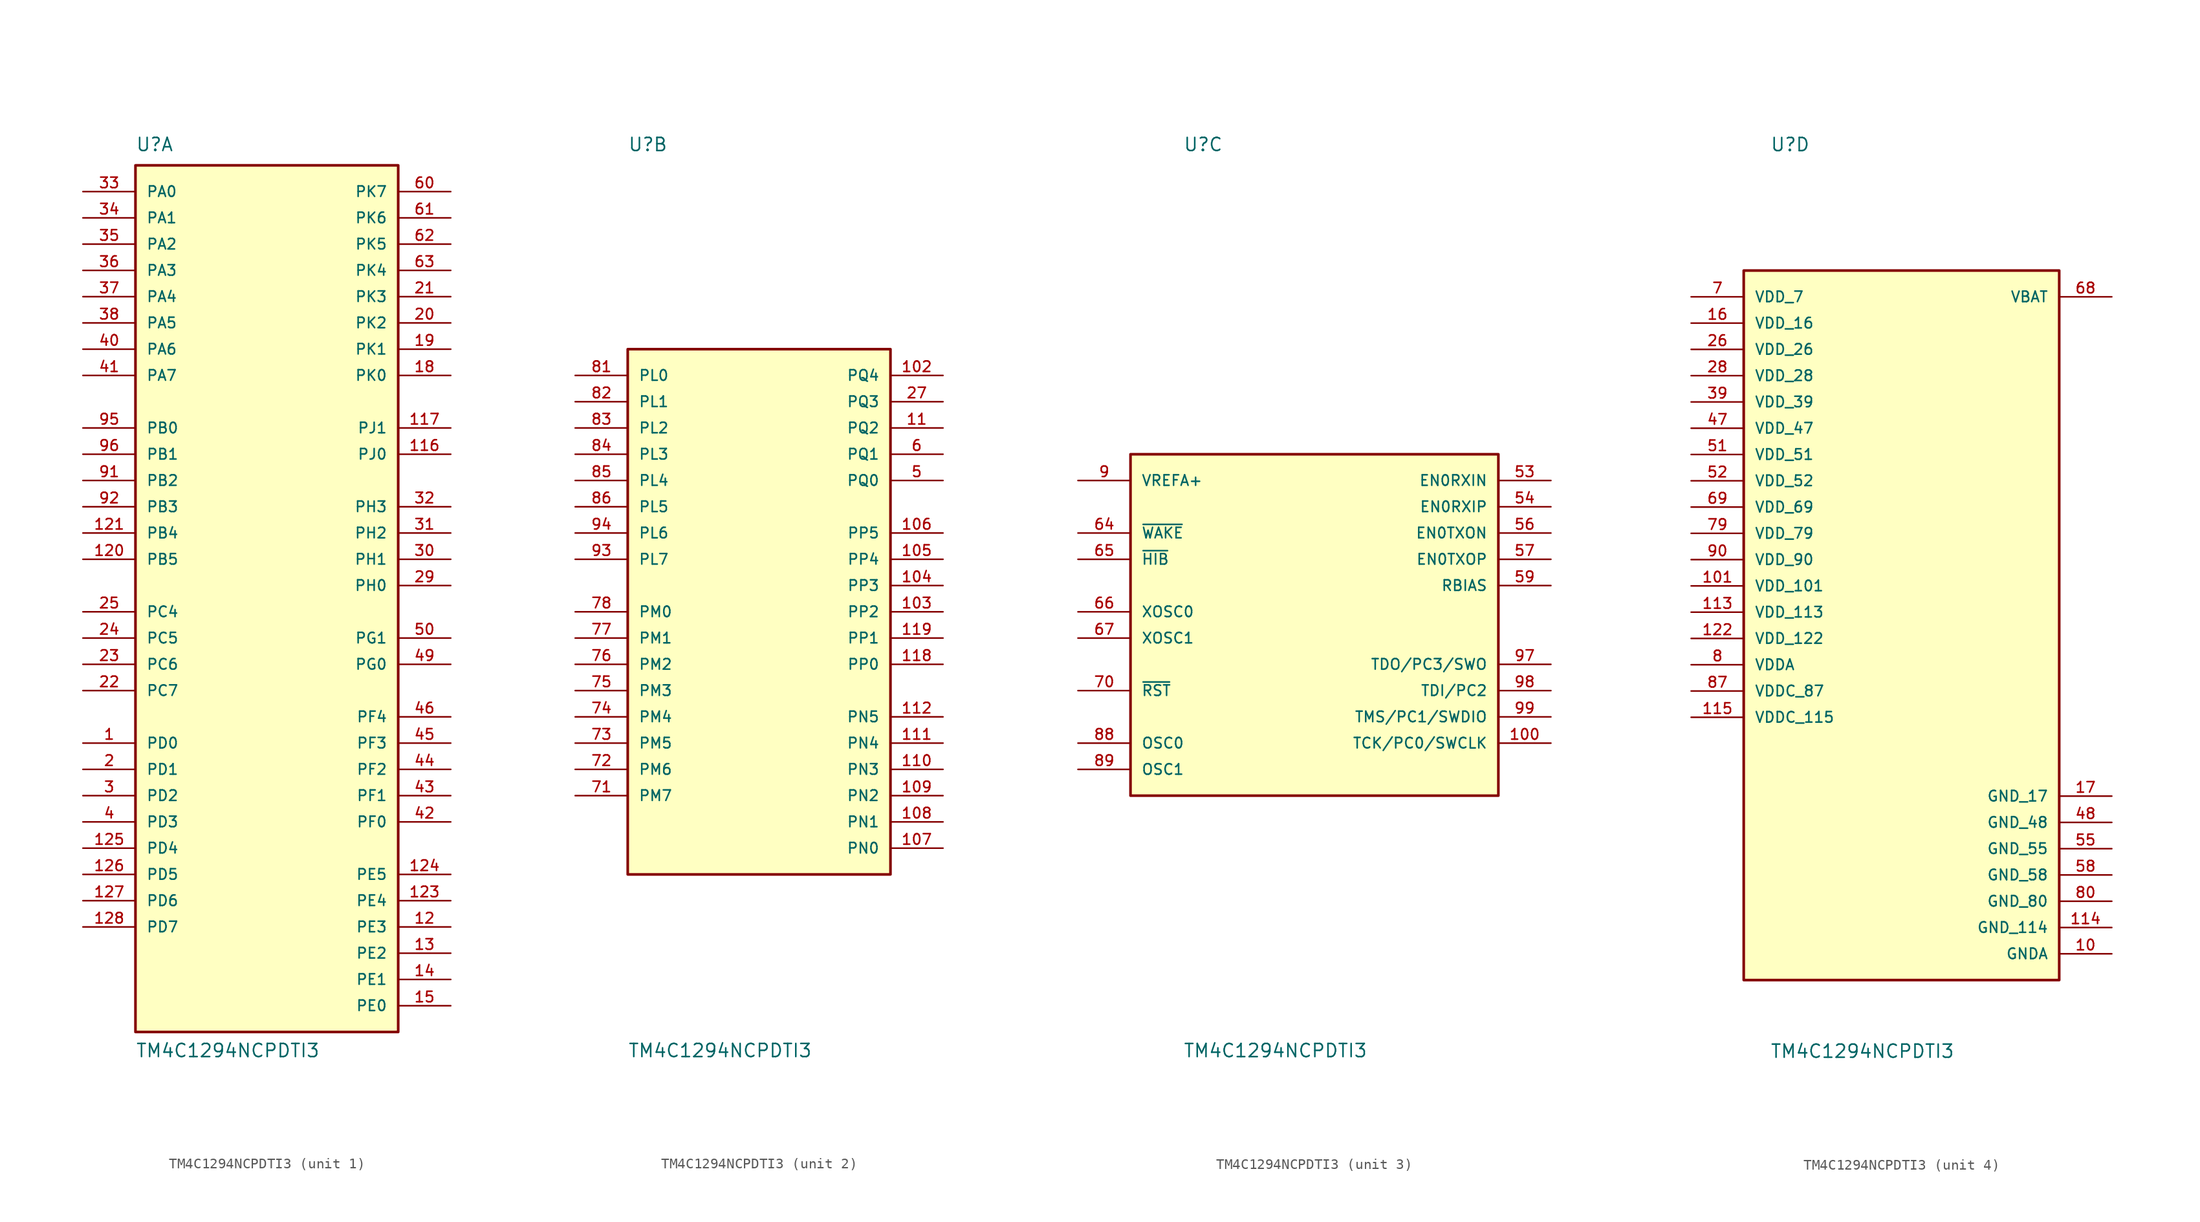
<source format=kicad_sym>
(kicad_symbol_lib
  (version 20211014)
  (generator kicad_symbol_editor)
  (symbol "TM4C1294NCPDTI3"
    (pin_names
      (offset 1.016))
    (property "Reference" "U"
      (at -12.7 44.45 0)
      (effects (font (size 1.27 1.27)) (justify bottom left)))
    (property "Value" "TM4C1294NCPDTI3"
      (at -12.7 -43.18 0)
      (effects (font (size 1.27 1.27)) (justify bottom left)))
    (symbol "TM4C1294NCPDTI3_1_0"
      (rectangle (start -12.7 -40.64) (end 12.7 43.18) (stroke (width 0.254)) (fill (type background)))
      (pin bidirectional line (at -17.78 -12.7 0) (length 5.08) (name "PD0" (effects (font (size 1.016 1.016)))) (number "1" (effects (font (size 1.016 1.016)))))
      (pin bidirectional line (at -17.78 -15.24 0) (length 5.08) (name "PD1" (effects (font (size 1.016 1.016)))) (number "2" (effects (font (size 1.016 1.016)))))
      (pin bidirectional line (at -17.78 -17.78 0) (length 5.08) (name "PD2" (effects (font (size 1.016 1.016)))) (number "3" (effects (font (size 1.016 1.016)))))
      (pin bidirectional line (at -17.78 -20.32 0) (length 5.08) (name "PD3" (effects (font (size 1.016 1.016)))) (number "4" (effects (font (size 1.016 1.016)))))
      (pin bidirectional line (at 17.78 -30.48 180.0) (length 5.08) (name "PE3" (effects (font (size 1.016 1.016)))) (number "12" (effects (font (size 1.016 1.016)))))
      (pin bidirectional line (at 17.78 -33.02 180.0) (length 5.08) (name "PE2" (effects (font (size 1.016 1.016)))) (number "13" (effects (font (size 1.016 1.016)))))
      (pin bidirectional line (at 17.78 -35.56 180.0) (length 5.08) (name "PE1" (effects (font (size 1.016 1.016)))) (number "14" (effects (font (size 1.016 1.016)))))
      (pin bidirectional line (at 17.78 -38.1 180.0) (length 5.08) (name "PE0" (effects (font (size 1.016 1.016)))) (number "15" (effects (font (size 1.016 1.016)))))
      (pin bidirectional line (at 17.78 22.86 180.0) (length 5.08) (name "PK0" (effects (font (size 1.016 1.016)))) (number "18" (effects (font (size 1.016 1.016)))))
      (pin bidirectional line (at 17.78 25.4 180.0) (length 5.08) (name "PK1" (effects (font (size 1.016 1.016)))) (number "19" (effects (font (size 1.016 1.016)))))
      (pin bidirectional line (at 17.78 27.94 180.0) (length 5.08) (name "PK2" (effects (font (size 1.016 1.016)))) (number "20" (effects (font (size 1.016 1.016)))))
      (pin bidirectional line (at 17.78 30.48 180.0) (length 5.08) (name "PK3" (effects (font (size 1.016 1.016)))) (number "21" (effects (font (size 1.016 1.016)))))
      (pin bidirectional line (at -17.78 -7.62 0) (length 5.08) (name "PC7" (effects (font (size 1.016 1.016)))) (number "22" (effects (font (size 1.016 1.016)))))
      (pin bidirectional line (at -17.78 -5.08 0) (length 5.08) (name "PC6" (effects (font (size 1.016 1.016)))) (number "23" (effects (font (size 1.016 1.016)))))
      (pin bidirectional line (at -17.78 -2.54 0) (length 5.08) (name "PC5" (effects (font (size 1.016 1.016)))) (number "24" (effects (font (size 1.016 1.016)))))
      (pin bidirectional line (at -17.78 0.0 0) (length 5.08) (name "PC4" (effects (font (size 1.016 1.016)))) (number "25" (effects (font (size 1.016 1.016)))))
      (pin bidirectional line (at 17.78 2.54 180.0) (length 5.08) (name "PH0" (effects (font (size 1.016 1.016)))) (number "29" (effects (font (size 1.016 1.016)))))
      (pin bidirectional line (at 17.78 5.08 180.0) (length 5.08) (name "PH1" (effects (font (size 1.016 1.016)))) (number "30" (effects (font (size 1.016 1.016)))))
      (pin bidirectional line (at 17.78 7.62 180.0) (length 5.08) (name "PH2" (effects (font (size 1.016 1.016)))) (number "31" (effects (font (size 1.016 1.016)))))
      (pin bidirectional line (at 17.78 10.16 180.0) (length 5.08) (name "PH3" (effects (font (size 1.016 1.016)))) (number "32" (effects (font (size 1.016 1.016)))))
      (pin bidirectional line (at -17.78 40.64 0) (length 5.08) (name "PA0" (effects (font (size 1.016 1.016)))) (number "33" (effects (font (size 1.016 1.016)))))
      (pin bidirectional line (at -17.78 38.1 0) (length 5.08) (name "PA1" (effects (font (size 1.016 1.016)))) (number "34" (effects (font (size 1.016 1.016)))))
      (pin bidirectional line (at -17.78 35.56 0) (length 5.08) (name "PA2" (effects (font (size 1.016 1.016)))) (number "35" (effects (font (size 1.016 1.016)))))
      (pin bidirectional line (at -17.78 33.02 0) (length 5.08) (name "PA3" (effects (font (size 1.016 1.016)))) (number "36" (effects (font (size 1.016 1.016)))))
      (pin bidirectional line (at -17.78 30.48 0) (length 5.08) (name "PA4" (effects (font (size 1.016 1.016)))) (number "37" (effects (font (size 1.016 1.016)))))
      (pin bidirectional line (at -17.78 27.94 0) (length 5.08) (name "PA5" (effects (font (size 1.016 1.016)))) (number "38" (effects (font (size 1.016 1.016)))))
      (pin bidirectional line (at -17.78 25.4 0) (length 5.08) (name "PA6" (effects (font (size 1.016 1.016)))) (number "40" (effects (font (size 1.016 1.016)))))
      (pin bidirectional line (at -17.78 22.86 0) (length 5.08) (name "PA7" (effects (font (size 1.016 1.016)))) (number "41" (effects (font (size 1.016 1.016)))))
      (pin bidirectional line (at 17.78 -20.32 180.0) (length 5.08) (name "PF0" (effects (font (size 1.016 1.016)))) (number "42" (effects (font (size 1.016 1.016)))))
      (pin bidirectional line (at 17.78 -17.78 180.0) (length 5.08) (name "PF1" (effects (font (size 1.016 1.016)))) (number "43" (effects (font (size 1.016 1.016)))))
      (pin bidirectional line (at 17.78 -15.24 180.0) (length 5.08) (name "PF2" (effects (font (size 1.016 1.016)))) (number "44" (effects (font (size 1.016 1.016)))))
      (pin bidirectional line (at 17.78 -12.7 180.0) (length 5.08) (name "PF3" (effects (font (size 1.016 1.016)))) (number "45" (effects (font (size 1.016 1.016)))))
      (pin bidirectional line (at 17.78 -10.16 180.0) (length 5.08) (name "PF4" (effects (font (size 1.016 1.016)))) (number "46" (effects (font (size 1.016 1.016)))))
      (pin bidirectional line (at 17.78 -5.08 180.0) (length 5.08) (name "PG0" (effects (font (size 1.016 1.016)))) (number "49" (effects (font (size 1.016 1.016)))))
      (pin bidirectional line (at 17.78 -2.54 180.0) (length 5.08) (name "PG1" (effects (font (size 1.016 1.016)))) (number "50" (effects (font (size 1.016 1.016)))))
      (pin bidirectional line (at 17.78 40.64 180.0) (length 5.08) (name "PK7" (effects (font (size 1.016 1.016)))) (number "60" (effects (font (size 1.016 1.016)))))
      (pin bidirectional line (at 17.78 38.1 180.0) (length 5.08) (name "PK6" (effects (font (size 1.016 1.016)))) (number "61" (effects (font (size 1.016 1.016)))))
      (pin bidirectional line (at 17.78 35.56 180.0) (length 5.08) (name "PK5" (effects (font (size 1.016 1.016)))) (number "62" (effects (font (size 1.016 1.016)))))
      (pin bidirectional line (at 17.78 33.02 180.0) (length 5.08) (name "PK4" (effects (font (size 1.016 1.016)))) (number "63" (effects (font (size 1.016 1.016)))))
      (pin bidirectional line (at -17.78 12.7 0) (length 5.08) (name "PB2" (effects (font (size 1.016 1.016)))) (number "91" (effects (font (size 1.016 1.016)))))
      (pin bidirectional line (at -17.78 10.16 0) (length 5.08) (name "PB3" (effects (font (size 1.016 1.016)))) (number "92" (effects (font (size 1.016 1.016)))))
      (pin bidirectional line (at -17.78 17.78 0) (length 5.08) (name "PB0" (effects (font (size 1.016 1.016)))) (number "95" (effects (font (size 1.016 1.016)))))
      (pin bidirectional line (at -17.78 15.24 0) (length 5.08) (name "PB1" (effects (font (size 1.016 1.016)))) (number "96" (effects (font (size 1.016 1.016)))))
      (pin bidirectional line (at 17.78 15.24 180.0) (length 5.08) (name "PJ0" (effects (font (size 1.016 1.016)))) (number "116" (effects (font (size 1.016 1.016)))))
      (pin bidirectional line (at 17.78 17.78 180.0) (length 5.08) (name "PJ1" (effects (font (size 1.016 1.016)))) (number "117" (effects (font (size 1.016 1.016)))))
      (pin bidirectional line (at -17.78 5.08 0) (length 5.08) (name "PB5" (effects (font (size 1.016 1.016)))) (number "120" (effects (font (size 1.016 1.016)))))
      (pin bidirectional line (at -17.78 7.62 0) (length 5.08) (name "PB4" (effects (font (size 1.016 1.016)))) (number "121" (effects (font (size 1.016 1.016)))))
      (pin bidirectional line (at 17.78 -27.94 180.0) (length 5.08) (name "PE4" (effects (font (size 1.016 1.016)))) (number "123" (effects (font (size 1.016 1.016)))))
      (pin bidirectional line (at 17.78 -25.4 180.0) (length 5.08) (name "PE5" (effects (font (size 1.016 1.016)))) (number "124" (effects (font (size 1.016 1.016)))))
      (pin bidirectional line (at -17.78 -22.86 0) (length 5.08) (name "PD4" (effects (font (size 1.016 1.016)))) (number "125" (effects (font (size 1.016 1.016)))))
      (pin bidirectional line (at -17.78 -25.4 0) (length 5.08) (name "PD5" (effects (font (size 1.016 1.016)))) (number "126" (effects (font (size 1.016 1.016)))))
      (pin bidirectional line (at -17.78 -27.94 0) (length 5.08) (name "PD6" (effects (font (size 1.016 1.016)))) (number "127" (effects (font (size 1.016 1.016)))))
      (pin bidirectional line (at -17.78 -30.48 0) (length 5.08) (name "PD7" (effects (font (size 1.016 1.016)))) (number "128" (effects (font (size 1.016 1.016))))))
    (symbol "TM4C1294NCPDTI3_2_0"
      (rectangle (start -12.7 -25.4) (end 12.7 25.4) (stroke (width 0.254)) (fill (type background)))
      (pin bidirectional line (at 17.78 12.7 180.0) (length 5.08) (name "PQ0" (effects (font (size 1.016 1.016)))) (number "5" (effects (font (size 1.016 1.016)))))
      (pin bidirectional line (at 17.78 15.24 180.0) (length 5.08) (name "PQ1" (effects (font (size 1.016 1.016)))) (number "6" (effects (font (size 1.016 1.016)))))
      (pin bidirectional line (at 17.78 17.78 180.0) (length 5.08) (name "PQ2" (effects (font (size 1.016 1.016)))) (number "11" (effects (font (size 1.016 1.016)))))
      (pin bidirectional line (at 17.78 20.32 180.0) (length 5.08) (name "PQ3" (effects (font (size 1.016 1.016)))) (number "27" (effects (font (size 1.016 1.016)))))
      (pin bidirectional line (at -17.78 -17.78 0) (length 5.08) (name "PM7" (effects (font (size 1.016 1.016)))) (number "71" (effects (font (size 1.016 1.016)))))
      (pin bidirectional line (at -17.78 -15.24 0) (length 5.08) (name "PM6" (effects (font (size 1.016 1.016)))) (number "72" (effects (font (size 1.016 1.016)))))
      (pin bidirectional line (at -17.78 -12.7 0) (length 5.08) (name "PM5" (effects (font (size 1.016 1.016)))) (number "73" (effects (font (size 1.016 1.016)))))
      (pin bidirectional line (at -17.78 -10.16 0) (length 5.08) (name "PM4" (effects (font (size 1.016 1.016)))) (number "74" (effects (font (size 1.016 1.016)))))
      (pin bidirectional line (at -17.78 -7.62 0) (length 5.08) (name "PM3" (effects (font (size 1.016 1.016)))) (number "75" (effects (font (size 1.016 1.016)))))
      (pin bidirectional line (at -17.78 -5.08 0) (length 5.08) (name "PM2" (effects (font (size 1.016 1.016)))) (number "76" (effects (font (size 1.016 1.016)))))
      (pin bidirectional line (at -17.78 -2.54 0) (length 5.08) (name "PM1" (effects (font (size 1.016 1.016)))) (number "77" (effects (font (size 1.016 1.016)))))
      (pin bidirectional line (at -17.78 0.0 0) (length 5.08) (name "PM0" (effects (font (size 1.016 1.016)))) (number "78" (effects (font (size 1.016 1.016)))))
      (pin bidirectional line (at -17.78 22.86 0) (length 5.08) (name "PL0" (effects (font (size 1.016 1.016)))) (number "81" (effects (font (size 1.016 1.016)))))
      (pin bidirectional line (at -17.78 20.32 0) (length 5.08) (name "PL1" (effects (font (size 1.016 1.016)))) (number "82" (effects (font (size 1.016 1.016)))))
      (pin bidirectional line (at -17.78 17.78 0) (length 5.08) (name "PL2" (effects (font (size 1.016 1.016)))) (number "83" (effects (font (size 1.016 1.016)))))
      (pin bidirectional line (at -17.78 15.24 0) (length 5.08) (name "PL3" (effects (font (size 1.016 1.016)))) (number "84" (effects (font (size 1.016 1.016)))))
      (pin bidirectional line (at -17.78 12.7 0) (length 5.08) (name "PL4" (effects (font (size 1.016 1.016)))) (number "85" (effects (font (size 1.016 1.016)))))
      (pin bidirectional line (at -17.78 10.16 0) (length 5.08) (name "PL5" (effects (font (size 1.016 1.016)))) (number "86" (effects (font (size 1.016 1.016)))))
      (pin bidirectional line (at -17.78 5.08 0) (length 5.08) (name "PL7" (effects (font (size 1.016 1.016)))) (number "93" (effects (font (size 1.016 1.016)))))
      (pin bidirectional line (at -17.78 7.62 0) (length 5.08) (name "PL6" (effects (font (size 1.016 1.016)))) (number "94" (effects (font (size 1.016 1.016)))))
      (pin bidirectional line (at 17.78 22.86 180.0) (length 5.08) (name "PQ4" (effects (font (size 1.016 1.016)))) (number "102" (effects (font (size 1.016 1.016)))))
      (pin bidirectional line (at 17.78 0.0 180.0) (length 5.08) (name "PP2" (effects (font (size 1.016 1.016)))) (number "103" (effects (font (size 1.016 1.016)))))
      (pin bidirectional line (at 17.78 2.54 180.0) (length 5.08) (name "PP3" (effects (font (size 1.016 1.016)))) (number "104" (effects (font (size 1.016 1.016)))))
      (pin bidirectional line (at 17.78 5.08 180.0) (length 5.08) (name "PP4" (effects (font (size 1.016 1.016)))) (number "105" (effects (font (size 1.016 1.016)))))
      (pin bidirectional line (at 17.78 7.62 180.0) (length 5.08) (name "PP5" (effects (font (size 1.016 1.016)))) (number "106" (effects (font (size 1.016 1.016)))))
      (pin bidirectional line (at 17.78 -22.86 180.0) (length 5.08) (name "PN0" (effects (font (size 1.016 1.016)))) (number "107" (effects (font (size 1.016 1.016)))))
      (pin bidirectional line (at 17.78 -20.32 180.0) (length 5.08) (name "PN1" (effects (font (size 1.016 1.016)))) (number "108" (effects (font (size 1.016 1.016)))))
      (pin bidirectional line (at 17.78 -17.78 180.0) (length 5.08) (name "PN2" (effects (font (size 1.016 1.016)))) (number "109" (effects (font (size 1.016 1.016)))))
      (pin bidirectional line (at 17.78 -15.24 180.0) (length 5.08) (name "PN3" (effects (font (size 1.016 1.016)))) (number "110" (effects (font (size 1.016 1.016)))))
      (pin bidirectional line (at 17.78 -12.7 180.0) (length 5.08) (name "PN4" (effects (font (size 1.016 1.016)))) (number "111" (effects (font (size 1.016 1.016)))))
      (pin bidirectional line (at 17.78 -10.16 180.0) (length 5.08) (name "PN5" (effects (font (size 1.016 1.016)))) (number "112" (effects (font (size 1.016 1.016)))))
      (pin bidirectional line (at 17.78 -5.08 180.0) (length 5.08) (name "PP0" (effects (font (size 1.016 1.016)))) (number "118" (effects (font (size 1.016 1.016)))))
      (pin bidirectional line (at 17.78 -2.54 180.0) (length 5.08) (name "PP1" (effects (font (size 1.016 1.016)))) (number "119" (effects (font (size 1.016 1.016))))))
    (symbol "TM4C1294NCPDTI3_3_0"
      (rectangle (start -17.78 -17.78) (end 17.78 15.24) (stroke (width 0.254)) (fill (type background)))
      (pin input line (at -22.86 12.7 0) (length 5.08) (name "VREFA+" (effects (font (size 1.016 1.016)))) (number "9" (effects (font (size 1.016 1.016)))))
      (pin bidirectional line (at 22.86 12.7 180.0) (length 5.08) (name "EN0RXIN" (effects (font (size 1.016 1.016)))) (number "53" (effects (font (size 1.016 1.016)))))
      (pin bidirectional line (at 22.86 10.16 180.0) (length 5.08) (name "EN0RXIP" (effects (font (size 1.016 1.016)))) (number "54" (effects (font (size 1.016 1.016)))))
      (pin bidirectional line (at 22.86 7.62 180.0) (length 5.08) (name "EN0TXON" (effects (font (size 1.016 1.016)))) (number "56" (effects (font (size 1.016 1.016)))))
      (pin bidirectional line (at 22.86 5.08 180.0) (length 5.08) (name "EN0TXOP" (effects (font (size 1.016 1.016)))) (number "57" (effects (font (size 1.016 1.016)))))
      (pin output line (at 22.86 2.54 180.0) (length 5.08) (name "RBIAS" (effects (font (size 1.016 1.016)))) (number "59" (effects (font (size 1.016 1.016)))))
      (pin input line (at -22.86 7.62 0) (length 5.08) (name "~{WAKE}" (effects (font (size 1.016 1.016)))) (number "64" (effects (font (size 1.016 1.016)))))
      (pin output line (at -22.86 5.08 0) (length 5.08) (name "~{HIB}" (effects (font (size 1.016 1.016)))) (number "65" (effects (font (size 1.016 1.016)))))
      (pin input line (at -22.86 0.0 0) (length 5.08) (name "XOSC0" (effects (font (size 1.016 1.016)))) (number "66" (effects (font (size 1.016 1.016)))))
      (pin output line (at -22.86 -2.54 0) (length 5.08) (name "XOSC1" (effects (font (size 1.016 1.016)))) (number "67" (effects (font (size 1.016 1.016)))))
      (pin input line (at -22.86 -7.62 0) (length 5.08) (name "~{RST}" (effects (font (size 1.016 1.016)))) (number "70" (effects (font (size 1.016 1.016)))))
      (pin input line (at -22.86 -12.7 0) (length 5.08) (name "OSC0" (effects (font (size 1.016 1.016)))) (number "88" (effects (font (size 1.016 1.016)))))
      (pin output line (at -22.86 -15.24 0) (length 5.08) (name "OSC1" (effects (font (size 1.016 1.016)))) (number "89" (effects (font (size 1.016 1.016)))))
      (pin bidirectional line (at 22.86 -5.08 180.0) (length 5.08) (name "TDO/PC3/SWO" (effects (font (size 1.016 1.016)))) (number "97" (effects (font (size 1.016 1.016)))))
      (pin bidirectional line (at 22.86 -7.62 180.0) (length 5.08) (name "TDI/PC2" (effects (font (size 1.016 1.016)))) (number "98" (effects (font (size 1.016 1.016)))))
      (pin bidirectional line (at 22.86 -10.16 180.0) (length 5.08) (name "TMS/PC1/SWDIO" (effects (font (size 1.016 1.016)))) (number "99" (effects (font (size 1.016 1.016)))))
      (pin bidirectional line (at 22.86 -12.7 180.0) (length 5.08) (name "TCK/PC0/SWCLK" (effects (font (size 1.016 1.016)))) (number "100" (effects (font (size 1.016 1.016))))))
    (symbol "TM4C1294NCPDTI3_4_0"
      (rectangle (start -15.24 -35.56) (end 15.24 33.02) (stroke (width 0.254)) (fill (type background)))
      (pin power_in line (at 20.32 30.48 180.0) (length 5.08) (name "VBAT" (effects (font (size 1.016 1.016)))) (number "68" (effects (font (size 1.016 1.016)))))
      (pin power_in line (at -20.32 -5.08 0) (length 5.08) (name "VDDA" (effects (font (size 1.016 1.016)))) (number "8" (effects (font (size 1.016 1.016)))))
      (pin power_in line (at 20.32 -33.02 180.0) (length 5.08) (name "GNDA" (effects (font (size 1.016 1.016)))) (number "10" (effects (font (size 1.016 1.016)))))
      (pin power_in line (at 20.32 -17.78 180.0) (length 5.08) (name "GND_17" (effects (font (size 1.016 1.016)))) (number "17" (effects (font (size 1.016 1.016)))))
      (pin power_in line (at 20.32 -20.32 180.0) (length 5.08) (name "GND_48" (effects (font (size 1.016 1.016)))) (number "48" (effects (font (size 1.016 1.016)))))
      (pin power_in line (at 20.32 -22.86 180.0) (length 5.08) (name "GND_55" (effects (font (size 1.016 1.016)))) (number "55" (effects (font (size 1.016 1.016)))))
      (pin power_in line (at 20.32 -25.4 180.0) (length 5.08) (name "GND_58" (effects (font (size 1.016 1.016)))) (number "58" (effects (font (size 1.016 1.016)))))
      (pin power_in line (at 20.32 -27.94 180.0) (length 5.08) (name "GND_80" (effects (font (size 1.016 1.016)))) (number "80" (effects (font (size 1.016 1.016)))))
      (pin power_in line (at 20.32 -30.48 180.0) (length 5.08) (name "GND_114" (effects (font (size 1.016 1.016)))) (number "114" (effects (font (size 1.016 1.016)))))
      (pin power_in line (at -20.32 30.48 0) (length 5.08) (name "VDD_7" (effects (font (size 1.016 1.016)))) (number "7" (effects (font (size 1.016 1.016)))))
      (pin power_in line (at -20.32 27.94 0) (length 5.08) (name "VDD_16" (effects (font (size 1.016 1.016)))) (number "16" (effects (font (size 1.016 1.016)))))
      (pin power_in line (at -20.32 25.4 0) (length 5.08) (name "VDD_26" (effects (font (size 1.016 1.016)))) (number "26" (effects (font (size 1.016 1.016)))))
      (pin power_in line (at -20.32 22.86 0) (length 5.08) (name "VDD_28" (effects (font (size 1.016 1.016)))) (number "28" (effects (font (size 1.016 1.016)))))
      (pin power_in line (at -20.32 20.32 0) (length 5.08) (name "VDD_39" (effects (font (size 1.016 1.016)))) (number "39" (effects (font (size 1.016 1.016)))))
      (pin power_in line (at -20.32 17.78 0) (length 5.08) (name "VDD_47" (effects (font (size 1.016 1.016)))) (number "47" (effects (font (size 1.016 1.016)))))
      (pin power_in line (at -20.32 15.24 0) (length 5.08) (name "VDD_51" (effects (font (size 1.016 1.016)))) (number "51" (effects (font (size 1.016 1.016)))))
      (pin power_in line (at -20.32 12.7 0) (length 5.08) (name "VDD_52" (effects (font (size 1.016 1.016)))) (number "52" (effects (font (size 1.016 1.016)))))
      (pin power_in line (at -20.32 10.16 0) (length 5.08) (name "VDD_69" (effects (font (size 1.016 1.016)))) (number "69" (effects (font (size 1.016 1.016)))))
      (pin power_in line (at -20.32 7.62 0) (length 5.08) (name "VDD_79" (effects (font (size 1.016 1.016)))) (number "79" (effects (font (size 1.016 1.016)))))
      (pin power_in line (at -20.32 5.08 0) (length 5.08) (name "VDD_90" (effects (font (size 1.016 1.016)))) (number "90" (effects (font (size 1.016 1.016)))))
      (pin power_in line (at -20.32 2.54 0) (length 5.08) (name "VDD_101" (effects (font (size 1.016 1.016)))) (number "101" (effects (font (size 1.016 1.016)))))
      (pin power_in line (at -20.32 0.0 0) (length 5.08) (name "VDD_113" (effects (font (size 1.016 1.016)))) (number "113" (effects (font (size 1.016 1.016)))))
      (pin power_in line (at -20.32 -2.54 0) (length 5.08) (name "VDD_122" (effects (font (size 1.016 1.016)))) (number "122" (effects (font (size 1.016 1.016)))))
      (pin power_in line (at -20.32 -7.62 0) (length 5.08) (name "VDDC_87" (effects (font (size 1.016 1.016)))) (number "87" (effects (font (size 1.016 1.016)))))
      (pin power_in line (at -20.32 -10.16 0) (length 5.08) (name "VDDC_115" (effects (font (size 1.016 1.016)))) (number "115" (effects (font (size 1.016 1.016))))))))
</source>
